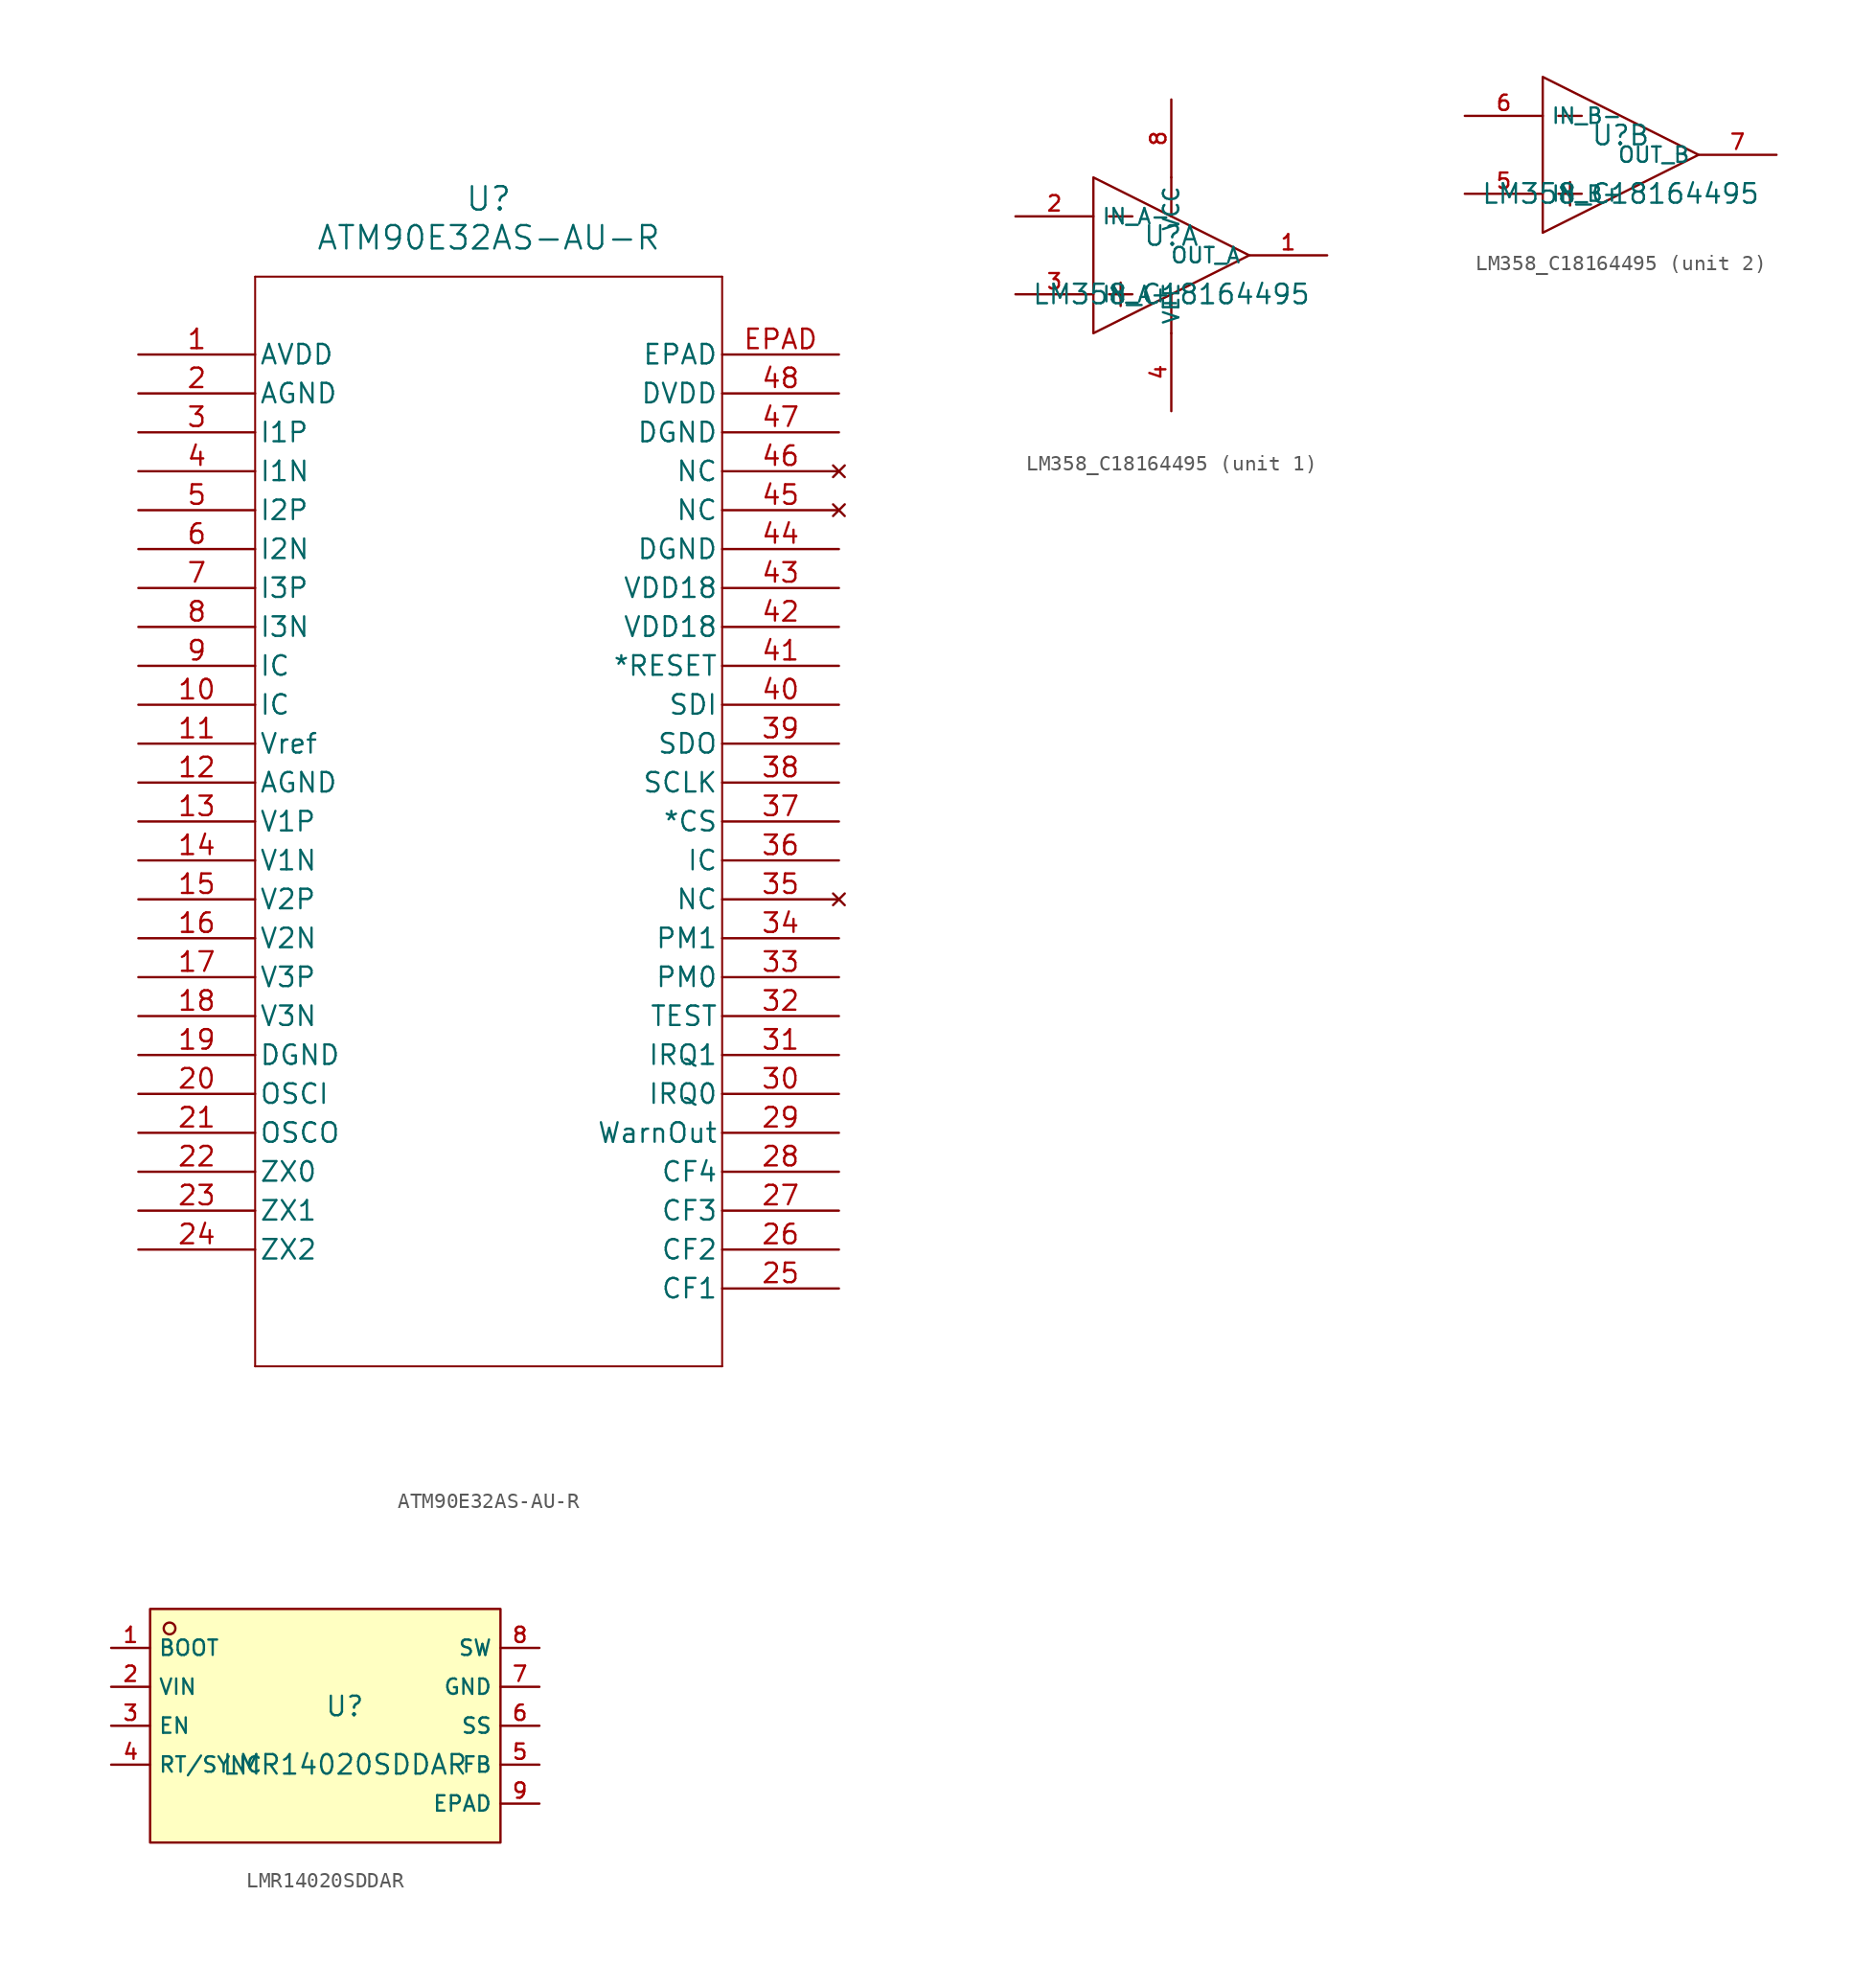
<source format=kicad_sym>
(kicad_symbol_lib
  (version 20231120)
  (generator "kicad_symbol_editor")
  (generator_version "8.0")
  (symbol "ATM90E32AS-AU-R"
    (pin_names
      (offset 0.254))
    (property "Reference" "U"
      (at 22.86 10.16 0)
      (effects (font (size 1.524 1.524))))
    (property "Value" "ATM90E32AS-AU-R"
      (at 22.86 7.62 0)
      (effects (font (size 1.524 1.524))))
    (symbol "ATM90E32AS-AU-R_0_1"
      (polyline (pts (xy 7.62 -66.04) (xy 38.1 -66.04)) (stroke (width 0.127) (type default)) (fill (type none)))
      (polyline (pts (xy 7.62 5.08) (xy 7.62 -66.04)) (stroke (width 0.127) (type default)) (fill (type none)))
      (polyline (pts (xy 38.1 -66.04) (xy 38.1 5.08)) (stroke (width 0.127) (type default)) (fill (type none)))
      (polyline (pts (xy 38.1 5.08) (xy 7.62 5.08)) (stroke (width 0.127) (type default)) (fill (type none)))
      (pin power_in line (at 0 0 0) (length 7.62) (name "AVDD" (effects (font (size 1.27 1.27)))) (number "1" (effects (font (size 1.27 1.27)))))
      (pin unspecified line (at 0 -22.86 0) (length 7.62) (name "IC" (effects (font (size 1.27 1.27)))) (number "10" (effects (font (size 1.27 1.27)))))
      (pin power_in line (at 0 -25.4 0) (length 7.62) (name "Vref" (effects (font (size 1.27 1.27)))) (number "11" (effects (font (size 1.27 1.27)))))
      (pin power_out line (at 0 -27.94 0) (length 7.62) (name "AGND" (effects (font (size 1.27 1.27)))) (number "12" (effects (font (size 1.27 1.27)))))
      (pin bidirectional line (at 0 -30.48 0) (length 7.62) (name "V1P" (effects (font (size 1.27 1.27)))) (number "13" (effects (font (size 1.27 1.27)))))
      (pin bidirectional line (at 0 -33.02 0) (length 7.62) (name "V1N" (effects (font (size 1.27 1.27)))) (number "14" (effects (font (size 1.27 1.27)))))
      (pin bidirectional line (at 0 -35.56 0) (length 7.62) (name "V2P" (effects (font (size 1.27 1.27)))) (number "15" (effects (font (size 1.27 1.27)))))
      (pin bidirectional line (at 0 -38.1 0) (length 7.62) (name "V2N" (effects (font (size 1.27 1.27)))) (number "16" (effects (font (size 1.27 1.27)))))
      (pin bidirectional line (at 0 -40.64 0) (length 7.62) (name "V3P" (effects (font (size 1.27 1.27)))) (number "17" (effects (font (size 1.27 1.27)))))
      (pin bidirectional line (at 0 -43.18 0) (length 7.62) (name "V3N" (effects (font (size 1.27 1.27)))) (number "18" (effects (font (size 1.27 1.27)))))
      (pin power_out line (at 0 -45.72 0) (length 7.62) (name "DGND" (effects (font (size 1.27 1.27)))) (number "19" (effects (font (size 1.27 1.27)))))
      (pin power_out line (at 0 -2.54 0) (length 7.62) (name "AGND" (effects (font (size 1.27 1.27)))) (number "2" (effects (font (size 1.27 1.27)))))
      (pin unspecified line (at 0 -48.26 0) (length 7.62) (name "OSCI" (effects (font (size 1.27 1.27)))) (number "20" (effects (font (size 1.27 1.27)))))
      (pin unspecified line (at 0 -50.8 0) (length 7.62) (name "OSCO" (effects (font (size 1.27 1.27)))) (number "21" (effects (font (size 1.27 1.27)))))
      (pin bidirectional line (at 0 -53.34 0) (length 7.62) (name "ZX0" (effects (font (size 1.27 1.27)))) (number "22" (effects (font (size 1.27 1.27)))))
      (pin bidirectional line (at 0 -55.88 0) (length 7.62) (name "ZX1" (effects (font (size 1.27 1.27)))) (number "23" (effects (font (size 1.27 1.27)))))
      (pin unspecified line (at 0 -58.42 0) (length 7.62) (name "ZX2" (effects (font (size 1.27 1.27)))) (number "24" (effects (font (size 1.27 1.27)))))
      (pin bidirectional line (at 45.72 -60.96 180) (length 7.62) (name "CF1" (effects (font (size 1.27 1.27)))) (number "25" (effects (font (size 1.27 1.27)))))
      (pin bidirectional line (at 45.72 -58.42 180) (length 7.62) (name "CF2" (effects (font (size 1.27 1.27)))) (number "26" (effects (font (size 1.27 1.27)))))
      (pin bidirectional line (at 45.72 -55.88 180) (length 7.62) (name "CF3" (effects (font (size 1.27 1.27)))) (number "27" (effects (font (size 1.27 1.27)))))
      (pin bidirectional line (at 45.72 -53.34 180) (length 7.62) (name "CF4" (effects (font (size 1.27 1.27)))) (number "28" (effects (font (size 1.27 1.27)))))
      (pin output line (at 45.72 -50.8 180) (length 7.62) (name "WarnOut" (effects (font (size 1.27 1.27)))) (number "29" (effects (font (size 1.27 1.27)))))
      (pin bidirectional line (at 0 -5.08 0) (length 7.62) (name "I1P" (effects (font (size 1.27 1.27)))) (number "3" (effects (font (size 1.27 1.27)))))
      (pin bidirectional line (at 45.72 -48.26 180) (length 7.62) (name "IRQ0" (effects (font (size 1.27 1.27)))) (number "30" (effects (font (size 1.27 1.27)))))
      (pin bidirectional line (at 45.72 -45.72 180) (length 7.62) (name "IRQ1" (effects (font (size 1.27 1.27)))) (number "31" (effects (font (size 1.27 1.27)))))
      (pin unspecified line (at 45.72 -43.18 180) (length 7.62) (name "TEST" (effects (font (size 1.27 1.27)))) (number "32" (effects (font (size 1.27 1.27)))))
      (pin bidirectional line (at 45.72 -40.64 180) (length 7.62) (name "PM0" (effects (font (size 1.27 1.27)))) (number "33" (effects (font (size 1.27 1.27)))))
      (pin bidirectional line (at 45.72 -38.1 180) (length 7.62) (name "PM1" (effects (font (size 1.27 1.27)))) (number "34" (effects (font (size 1.27 1.27)))))
      (pin no_connect line (at 45.72 -35.56 180) (length 7.62) (name "NC" (effects (font (size 1.27 1.27)))) (number "35" (effects (font (size 1.27 1.27)))))
      (pin unspecified line (at 45.72 -33.02 180) (length 7.62) (name "IC" (effects (font (size 1.27 1.27)))) (number "36" (effects (font (size 1.27 1.27)))))
      (pin unspecified line (at 45.72 -30.48 180) (length 7.62) (name "*CS" (effects (font (size 1.27 1.27)))) (number "37" (effects (font (size 1.27 1.27)))))
      (pin unspecified line (at 45.72 -27.94 180) (length 7.62) (name "SCLK" (effects (font (size 1.27 1.27)))) (number "38" (effects (font (size 1.27 1.27)))))
      (pin unspecified line (at 45.72 -25.4 180) (length 7.62) (name "SDO" (effects (font (size 1.27 1.27)))) (number "39" (effects (font (size 1.27 1.27)))))
      (pin bidirectional line (at 0 -7.62 0) (length 7.62) (name "I1N" (effects (font (size 1.27 1.27)))) (number "4" (effects (font (size 1.27 1.27)))))
      (pin unspecified line (at 45.72 -22.86 180) (length 7.62) (name "SDI" (effects (font (size 1.27 1.27)))) (number "40" (effects (font (size 1.27 1.27)))))
      (pin unspecified line (at 45.72 -20.32 180) (length 7.62) (name "*RESET" (effects (font (size 1.27 1.27)))) (number "41" (effects (font (size 1.27 1.27)))))
      (pin power_in line (at 45.72 -17.78 180) (length 7.62) (name "VDD18" (effects (font (size 1.27 1.27)))) (number "42" (effects (font (size 1.27 1.27)))))
      (pin power_in line (at 45.72 -15.24 180) (length 7.62) (name "VDD18" (effects (font (size 1.27 1.27)))) (number "43" (effects (font (size 1.27 1.27)))))
      (pin power_out line (at 45.72 -12.7 180) (length 7.62) (name "DGND" (effects (font (size 1.27 1.27)))) (number "44" (effects (font (size 1.27 1.27)))))
      (pin no_connect line (at 45.72 -10.16 180) (length 7.62) (name "NC" (effects (font (size 1.27 1.27)))) (number "45" (effects (font (size 1.27 1.27)))))
      (pin no_connect line (at 45.72 -7.62 180) (length 7.62) (name "NC" (effects (font (size 1.27 1.27)))) (number "46" (effects (font (size 1.27 1.27)))))
      (pin power_out line (at 45.72 -5.08 180) (length 7.62) (name "DGND" (effects (font (size 1.27 1.27)))) (number "47" (effects (font (size 1.27 1.27)))))
      (pin power_in line (at 45.72 -2.54 180) (length 7.62) (name "DVDD" (effects (font (size 1.27 1.27)))) (number "48" (effects (font (size 1.27 1.27)))))
      (pin bidirectional line (at 0 -10.16 0) (length 7.62) (name "I2P" (effects (font (size 1.27 1.27)))) (number "5" (effects (font (size 1.27 1.27)))))
      (pin bidirectional line (at 0 -12.7 0) (length 7.62) (name "I2N" (effects (font (size 1.27 1.27)))) (number "6" (effects (font (size 1.27 1.27)))))
      (pin bidirectional line (at 0 -15.24 0) (length 7.62) (name "I3P" (effects (font (size 1.27 1.27)))) (number "7" (effects (font (size 1.27 1.27)))))
      (pin bidirectional line (at 0 -17.78 0) (length 7.62) (name "I3N" (effects (font (size 1.27 1.27)))) (number "8" (effects (font (size 1.27 1.27)))))
      (pin unspecified line (at 0 -20.32 0) (length 7.62) (name "IC" (effects (font (size 1.27 1.27)))) (number "9" (effects (font (size 1.27 1.27)))))
      (pin unspecified line (at 45.72 0 180) (length 7.62) (name "EPAD" (effects (font (size 1.27 1.27)))) (number "EPAD" (effects (font (size 1.27 1.27)))))))
  (symbol "LM358_C18164495"
    (property "Reference" "U"
      (at 0 1.27 0)
      (effects (font (size 1.27 1.27))))
    (property "Value" "LM358_C18164495"
      (at 0 -2.54 0)
      (effects (font (size 1.27 1.27))))
    (symbol "LM358_C18164495_1_1"
      (polyline (pts (xy -4.064 -2.54) (xy -2.54 -2.54)) (stroke (width 0) (type default)) (fill (type none)))
      (polyline (pts (xy -4.064 2.54) (xy -2.54 2.54)) (stroke (width 0) (type default)) (fill (type none)))
      (polyline (pts (xy -3.302 -1.778) (xy -3.302 -3.302)) (stroke (width 0) (type default)) (fill (type none)))
      (polyline (pts (xy 0 -2.54) (xy 0 -5.08)) (stroke (width 0) (type default)) (fill (type none)))
      (polyline (pts (xy 0 5.08) (xy 0 2.54)) (stroke (width 0) (type default)) (fill (type none)))
      (polyline (pts (xy -5.08 -5.08) (xy 5.08 0) (xy -5.08 5.08) (xy -5.08 -5.08)) (stroke (width 0) (type default)) (fill (type none)))
      (pin output line (at 10.16 0 180) (length 5.08) (name "OUT_A" (effects (font (size 1 1)))) (number "1" (effects (font (size 1 1)))))
      (pin unspecified line (at -10.16 2.54 0) (length 5.08) (name "IN_A-" (effects (font (size 1 1)))) (number "2" (effects (font (size 1 1)))))
      (pin unspecified line (at -10.16 -2.54 0) (length 5.08) (name "IN_A+" (effects (font (size 1 1)))) (number "3" (effects (font (size 1 1)))))
      (pin power_in line (at 0 -10.16 90) (length 5.08) (name "VEE" (effects (font (size 1 1)))) (number "4" (effects (font (size 1 1)))))
      (pin power_in line (at 0 10.16 270) (length 5.08) (name "VCC" (effects (font (size 1 1)))) (number "8" (effects (font (size 1 1))))))
    (symbol "LM358_C18164495_2_1"
      (polyline (pts (xy -4.064 -2.54) (xy -2.54 -2.54)) (stroke (width 0) (type default)) (fill (type none)))
      (polyline (pts (xy -4.064 2.54) (xy -2.54 2.54)) (stroke (width 0) (type default)) (fill (type none)))
      (polyline (pts (xy -3.302 -1.778) (xy -3.302 -3.302)) (stroke (width 0) (type default)) (fill (type none)))
      (polyline (pts (xy -5.08 -5.08) (xy 5.08 0) (xy -5.08 5.08) (xy -5.08 -5.08)) (stroke (width 0) (type default)) (fill (type none)))
      (pin unspecified line (at -10.16 -2.54 0) (length 5.08) (name "IN_B+" (effects (font (size 1 1)))) (number "5" (effects (font (size 1 1)))))
      (pin unspecified line (at -10.16 2.54 0) (length 5.08) (name "IN_B-" (effects (font (size 1 1)))) (number "6" (effects (font (size 1 1)))))
      (pin output line (at 10.16 0 180) (length 5.08) (name "OUT_B" (effects (font (size 1 1)))) (number "7" (effects (font (size 1 1)))))))
  (symbol "LMR14020SDDAR"
    (property "Reference" "U"
      (at 0 1.27 0)
      (effects (font (size 1.27 1.27))))
    (property "Value" "LMR14020SDDAR"
      (at 0 -2.54 0)
      (effects (font (size 1.27 1.27))))
    (symbol "LMR14020SDDAR_0_1"
      (rectangle (start -12.7 7.62) (end 10.16 -7.62) (stroke (width 0) (type default)) (fill (type background)))
      (circle (center -11.43 6.35) (radius 0.381) (stroke (width 0) (type default)) (fill (type background)))
      (pin unspecified line (at -15.24 5.08 0) (length 2.54) (name "BOOT" (effects (font (size 1 1)))) (number "1" (effects (font (size 1 1)))))
      (pin unspecified line (at -15.24 2.54 0) (length 2.54) (name "VIN" (effects (font (size 1 1)))) (number "2" (effects (font (size 1 1)))))
      (pin unspecified line (at -15.24 0 0) (length 2.54) (name "EN" (effects (font (size 1 1)))) (number "3" (effects (font (size 1 1)))))
      (pin unspecified line (at -15.24 -2.54 0) (length 2.54) (name "RT/SYNC" (effects (font (size 1 1)))) (number "4" (effects (font (size 1 1)))))
      (pin unspecified line (at 12.7 -2.54 180) (length 2.54) (name "FB" (effects (font (size 1 1)))) (number "5" (effects (font (size 1 1)))))
      (pin unspecified line (at 12.7 0 180) (length 2.54) (name "SS" (effects (font (size 1 1)))) (number "6" (effects (font (size 1 1)))))
      (pin unspecified line (at 12.7 2.54 180) (length 2.54) (name "GND" (effects (font (size 1 1)))) (number "7" (effects (font (size 1 1)))))
      (pin unspecified line (at 12.7 5.08 180) (length 2.54) (name "SW" (effects (font (size 1 1)))) (number "8" (effects (font (size 1 1)))))
      (pin unspecified line (at 12.7 -5.08 180) (length 2.54) (name "EPAD" (effects (font (size 1 1)))) (number "9" (effects (font (size 1 1))))))))
</source>
